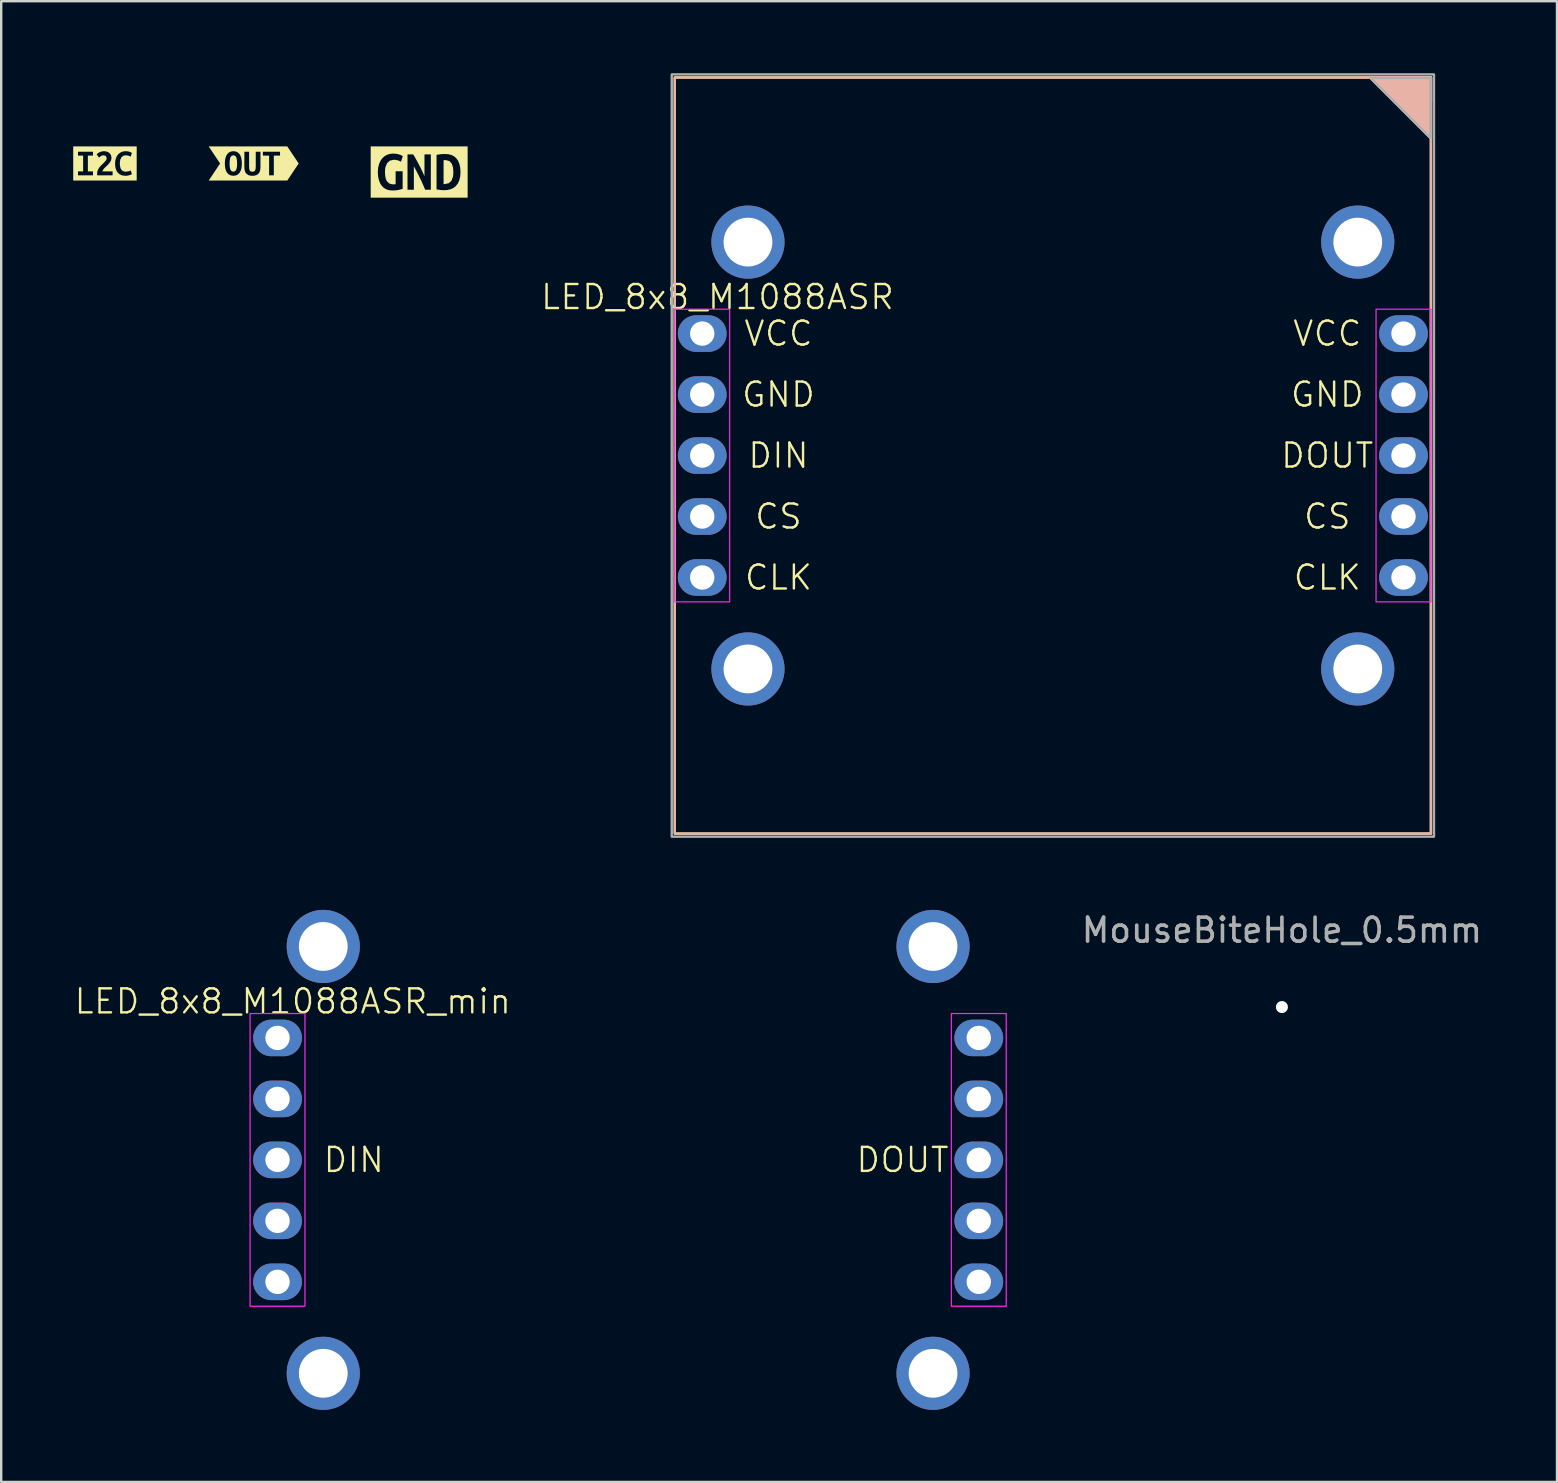
<source format=kicad_pcb>
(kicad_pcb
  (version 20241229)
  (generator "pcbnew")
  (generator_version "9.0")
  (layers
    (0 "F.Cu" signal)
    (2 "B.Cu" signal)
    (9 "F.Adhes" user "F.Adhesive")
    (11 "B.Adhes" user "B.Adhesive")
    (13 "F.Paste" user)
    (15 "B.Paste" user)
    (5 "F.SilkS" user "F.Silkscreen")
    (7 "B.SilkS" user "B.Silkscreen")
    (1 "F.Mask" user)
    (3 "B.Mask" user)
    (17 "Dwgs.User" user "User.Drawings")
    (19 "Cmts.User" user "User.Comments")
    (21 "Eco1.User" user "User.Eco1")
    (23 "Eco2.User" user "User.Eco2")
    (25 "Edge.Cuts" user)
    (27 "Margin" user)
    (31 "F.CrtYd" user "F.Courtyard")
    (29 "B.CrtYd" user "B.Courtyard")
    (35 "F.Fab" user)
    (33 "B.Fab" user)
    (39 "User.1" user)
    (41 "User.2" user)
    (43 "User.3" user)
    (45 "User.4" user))
  (footprint "LED_8x8_M1088ASR"
    (layer "F.Cu")
    (at 40.806 15.925)
    (property "Reference" "LED_8x8_M1088ASR" (at -13.97 -6.604 0) (unlocked yes) (layer "F.SilkS") (effects (font (size 1 1) (thickness 0.1))))
    (attr through_hole)
    (fp_rect (start 15.748 15.748) (end -15.748 -15.748) (stroke (width 0.1) (type default)) (fill no) (layer "F.SilkS"))
    (fp_poly (pts (xy 15.748 -15.748) (xy 15.748 -14.732) (xy 14.732 -15.748)) (stroke (width 0.1) (type solid)) (fill yes) (layer "F.SilkS"))
    (fp_rect (start 15.748 15.748) (end -15.748 -15.748) (stroke (width 0.1) (type default)) (fill no) (layer "B.SilkS"))
    (fp_poly (pts (xy 15.748 -13.208) (xy 15.748 -15.748) (xy 13.208 -15.748)) (stroke (width 0.1) (type solid)) (fill yes) (layer "B.SilkS"))
    (fp_rect (start -15.748 -6.096) (end -13.462 6.096) (stroke (width 0.05) (type default)) (fill no) (layer "F.CrtYd"))
    (fp_rect (start 13.462 -6.096) (end 15.748 6.096) (stroke (width 0.05) (type default)) (fill no) (layer "F.CrtYd"))
    (fp_rect (start 15.875 15.875) (end -15.875 -15.875) (stroke (width 0.1) (type default)) (fill no) (layer "F.Fab"))
    (fp_poly (pts (xy 15.728 -15.728) (xy 15.728 -13.228) (xy 13.228 -15.728)) (stroke (width 0.1) (type solid)) (fill no) (layer "F.Fab"))
    (fp_text user "CS" (at -11.43 2.54 0) (unlocked yes) (layer "F.SilkS") (effects (font (size 1 1) (thickness 0.1))))
    (fp_text user "GND" (at 11.43 -2.54 0) (unlocked yes) (layer "F.SilkS") (effects (font (size 1 1) (thickness 0.1))))
    (fp_text user "DOUT" (at 11.43 0 0) (unlocked yes) (layer "F.SilkS") (effects (font (size 1 1) (thickness 0.1))))
    (fp_text user "CS" (at 11.43 2.54 0) (unlocked yes) (layer "F.SilkS") (effects (font (size 1 1) (thickness 0.1))))
    (fp_text user "CLK" (at 11.43 5.08 0) (unlocked yes) (layer "F.SilkS") (effects (font (size 1 1) (thickness 0.1))))
    (fp_text user "VCC" (at 11.43 -5.08 0) (unlocked yes) (layer "F.SilkS") (effects (font (size 1 1) (thickness 0.1))))
    (fp_text user "GND" (at -11.43 -2.54 0) (unlocked yes) (layer "F.SilkS") (effects (font (size 1 1) (thickness 0.1))))
    (fp_text user "DIN" (at -11.43 0 0) (unlocked yes) (layer "F.SilkS") (effects (font (size 1 1) (thickness 0.1))))
    (fp_text user "CLK" (at -11.43 5.08 0) (unlocked yes) (layer "F.SilkS") (effects (font (size 1 1) (thickness 0.1))))
    (fp_text user "VCC" (at -11.43 -5.08 0) (unlocked yes) (layer "F.SilkS") (effects (font (size 1 1) (thickness 0.1))))
    (pad "" np_thru_hole circle (at -12.7 -8.89) (size 3.048 3.048) (drill 2.032) (layers "*.Cu" "*.Mask"))
    (pad "" np_thru_hole circle (at -12.7 8.89) (size 3.048 3.048) (drill 2.032) (layers "*.Cu" "*.Mask"))
    (pad "" np_thru_hole circle (at 12.7 -8.89) (size 3.048 3.048) (drill 2.032) (layers "*.Cu" "*.Mask"))
    (pad "" np_thru_hole circle (at 12.7 8.89) (size 3.048 3.048) (drill 2.032) (layers "*.Cu" "*.Mask"))
    (pad "CLK" thru_hole oval (at -14.605 5.08 180) (size 2.032 1.524) (drill 1.016) (layers "*.Cu" "*.Mask"))
    (pad "CLK" thru_hole oval (at 14.605 5.08 180) (size 2.032 1.524) (drill 1.016) (layers "*.Cu" "*.Mask"))
    (pad "CS" thru_hole oval (at -14.605 2.54 180) (size 2.032 1.524) (drill 1.016) (layers "*.Cu" "*.Mask"))
    (pad "CS" thru_hole oval (at 14.605 2.54 180) (size 2.032 1.524) (drill 1.016) (layers "*.Cu" "*.Mask"))
    (pad "DIN" thru_hole oval (at -14.605 0 180) (size 2.032 1.524) (drill 1.016) (layers "*.Cu" "*.Mask"))
    (pad "DOUT" thru_hole oval (at 14.605 0 180) (size 2.032 1.524) (drill 1.016) (layers "*.Cu" "*.Mask"))
    (pad "GND" thru_hole oval (at -14.605 -2.54 180) (size 2.032 1.524) (drill 1.016) (layers "*.Cu" "*.Mask"))
    (pad "GND" thru_hole oval (at 14.605 -2.54 180) (size 2.032 1.524) (drill 1.016) (layers "*.Cu" "*.Mask"))
    (pad "VCC" thru_hole oval (at -14.605 -5.08 180) (size 2.032 1.524) (drill 1.016) (layers "*.Cu" "*.Mask"))
    (pad "VCC" thru_hole oval (at 14.605 -5.08 180) (size 2.032 1.524) (drill 1.016) (layers "*.Cu" "*.Mask")))
  (footprint "kibuzzard-646131D2"
    (layer "F.Cu")
    (at 1.322 3.76)
    (property "Reference" "kibuzzard-646131D2" (at 0 -3.759 0) (layer "F.SilkS") (effects (font (size 0.001 0.001) (thickness 0.15))))
    (attr board_only exclude_from_pos_files exclude_from_bom)
    (fp_poly (pts (xy -1.123 -0.711) (xy -1.322 -0.711) (xy -1.322 0.711) (xy -1.123 0.711) (xy -1.123 0.492) (xy -1.123 0.33) (xy -0.909 0.33) (xy -0.909 -0.329) (xy -1.123 -0.329) (xy -1.123 -0.491) (xy -0.499 -0.491) (xy -0.499 -0.329) (xy -0.712 -0.329) (xy -0.712 0.33) (xy -0.499 0.33) (xy -0.499 0.492) (xy -1.123 0.492) (xy -1.123 0.711) (xy 0.318 0.711) (xy 0.318 0.492) (xy -0.323 0.492) (xy -0.327 0.452) (xy -0.326 0.419) (xy -0.319 0.343) (xy -0.297 0.273) (xy -0.264 0.209) (xy -0.222 0.15) (xy -0.175 0.096) (xy -0.125 0.045) (xy -0.075 -0.002) (xy -0.029 -0.048) (xy 0.046 -0.133) (xy 0.075 -0.217) (xy 0.039 -0.31) (xy -0.053 -0.343) (xy -0.15 -0.321) (xy -0.25 -0.246) (xy -0.347 -0.383) (xy -0.278 -0.441) (xy -0.2 -0.481) (xy -0.117 -0.505) (xy -0.034 -0.513) (xy 0.082 -0.495) (xy 0.18 -0.443) (xy 0.248 -0.355) (xy 0.274 -0.232) (xy 0.255 -0.134) (xy 0.204 -0.043) (xy 0.133 0.043) (xy 0.052 0.122) (xy 0.004 0.167) (xy -0.047 0.221) (xy -0.087 0.278) (xy -0.104 0.33) (xy 0.318 0.33) (xy 0.318 0.492) (xy 0.318 0.711) (xy 0.849 0.711) (xy 0.849 0.513) (xy 0.721 0.498) (xy 0.615 0.453) (xy 0.531 0.379) (xy 0.483 0.306) (xy 0.449 0.218) (xy 0.428 0.116) (xy 0.421 0) (xy 0.43 -0.115) (xy 0.455 -0.217) (xy 0.495 -0.305) (xy 0.548 -0.379) (xy 0.613 -0.437) (xy 0.689 -0.479) (xy 0.775 -0.504) (xy 0.868 -0.513) (xy 0.962 -0.504) (xy 1.036 -0.484) (xy 1.089 -0.46) (xy 1.122 -0.441) (xy 1.071 -0.286) (xy 0.983 -0.326) (xy 0.864 -0.343) (xy 0.775 -0.326) (xy 0.697 -0.271) (xy 0.641 -0.167) (xy 0.625 -0.094) (xy 0.62 -0.005) (xy 0.626 0.099) (xy 0.646 0.185) (xy 0.678 0.253) (xy 0.754 0.32) (xy 0.868 0.343) (xy 0.994 0.325) (xy 1.074 0.291) (xy 1.123 0.445) (xy 1.011 0.491) (xy 0.935 0.507) (xy 0.849 0.513) (xy 0.849 0.711) (xy 1.123 0.711) (xy 1.322 0.711) (xy 1.322 -0.711) (xy 1.123 -0.711) (xy -1.123 -0.711)) (stroke (width 0) (type solid)) (fill yes) (layer "F.SilkS")))
  (footprint "kibuzzard-646138E3"
    (layer "F.Cu")
    (at 7.517 3.76)
    (property "Reference" "kibuzzard-646138E3" (at 0 -3.759 0) (layer "F.SilkS") (effects (font (size 0.001 0.001) (thickness 0.15))))
    (attr board_only exclude_from_pos_files exclude_from_bom)
    (fp_poly (pts (xy -1.003 0) (xy -1.001 0.069) (xy -0.997 0.134) (xy -0.975 0.243) (xy -0.928 0.316) (xy -0.847 0.343) (xy -0.767 0.316) (xy -0.719 0.242) (xy -0.697 0.133) (xy -0.693 0.069) (xy -0.691 0) (xy -0.693 -0.069) (xy -0.697 -0.134) (xy -0.719 -0.243) (xy -0.766 -0.316) (xy -0.847 -0.343) (xy -0.928 -0.316) (xy -0.975 -0.242) (xy -0.997 -0.133) (xy -1.001 -0.069) (xy -1.003 0)) (stroke (width 0) (type solid)) (fill yes) (layer "F.SilkS"))
    (fp_poly (pts (xy -1.201 -0.711) (xy -1.399 -0.711) (xy -1.874 -0.711) (xy -1.399 0) (xy -1.874 0.711) (xy -1.399 0.711) (xy -1.201 0.711) (xy -0.845 0.711) (xy -0.845 0.513) (xy -0.952 0.498) (xy -1.04 0.455) (xy -1.11 0.383) (xy -1.15 0.311) (xy -1.178 0.223) (xy -1.195 0.119) (xy -1.201 0) (xy -1.195 -0.119) (xy -1.178 -0.223) (xy -1.148 -0.311) (xy -1.107 -0.383) (xy -1.037 -0.455) (xy -0.95 -0.498) (xy -0.847 -0.513) (xy -0.741 -0.498) (xy -0.653 -0.455) (xy -0.584 -0.383) (xy -0.544 -0.311) (xy -0.516 -0.223) (xy -0.499 -0.119) (xy -0.493 0) (xy -0.499 0.119) (xy -0.516 0.223) (xy -0.545 0.311) (xy -0.585 0.383) (xy -0.655 0.455) (xy -0.742 0.498) (xy -0.845 0.513) (xy -0.845 0.711) (xy -0.056 0.711) (xy -0.056 0.513) (xy -0.144 0.506) (xy -0.216 0.487) (xy -0.318 0.411) (xy -0.351 0.357) (xy -0.372 0.292) (xy -0.384 0.218) (xy -0.388 0.137) (xy -0.388 -0.491) (xy -0.191 -0.491) (xy -0.191 0.124) (xy -0.185 0.228) (xy -0.164 0.295) (xy -0.122 0.332) (xy -0.053 0.343) (xy 0.015 0.332) (xy 0.058 0.294) (xy 0.08 0.226) (xy 0.086 0.122) (xy 0.086 -0.491) (xy 0.282 -0.491) (xy 0.282 0.137) (xy 0.278 0.218) (xy 0.266 0.292) (xy 0.244 0.357) (xy 0.21 0.411) (xy 0.164 0.455) (xy 0.105 0.487) (xy 0.032 0.506) (xy -0.056 0.513) (xy -0.056 0.711) (xy 0.839 0.711) (xy 0.839 0.492) (xy 0.642 0.492) (xy 0.642 -0.329) (xy 0.383 -0.329) (xy 0.383 -0.491) (xy 1.098 -0.491) (xy 1.098 -0.329) (xy 0.839 -0.329) (xy 0.839 0.492) (xy 0.839 0.711) (xy 1.201 0.711) (xy 1.399 0.711) (xy 1.874 0) (xy 1.399 -0.711) (xy 1.201 -0.711) (xy -1.201 -0.711)) (stroke (width 0) (type solid)) (fill yes) (layer "F.SilkS")))
  (footprint "MouseBiteHole_0.5mm"
    (layer "F.Cu")
    (at 50.347 38.898)
    (property "Reference" "MouseBiteHole_0.5mm" (at 0 -3.2 0) (layer "F.Fab") (effects (font (size 1 1) (thickness 0.15))))
    (attr board_only exclude_from_pos_files exclude_from_bom allow_missing_courtyard)
    (pad "" np_thru_hole circle (at 0 0) (size 0.5 0.5) (drill 0.5) (layers "*.Cu" "*.Mask")))
  (footprint "kibuzzard-64613126"
    (layer "F.Cu")
    (at 14.41 4.116)
    (property "Reference" "kibuzzard-64613126" (at 0 -4.115 0) (layer "F.SilkS") (effects (font (size 0.001 0.001) (thickness 0.15))))
    (attr board_only exclude_from_pos_files exclude_from_bom)
    (fp_poly (pts (xy 1.017 0.5) (xy 1.043 0.502) (xy 1.069 0.502) (xy 1.237 0.464) (xy 1.347 0.36) (xy 1.406 0.201) (xy 1.42 0.105) (xy 1.424 0) (xy 1.41 -0.186) (xy 1.36 -0.345) (xy 1.262 -0.456) (xy 1.103 -0.498) (xy 1.06 -0.496) (xy 1.017 -0.491) (xy 1.017 0.5)) (stroke (width 0) (type solid)) (fill yes) (layer "F.SilkS"))
    (fp_poly (pts (xy -1.722 -1.067) (xy -2.019 -1.067) (xy -2.019 1.067) (xy -1.722 1.067) (xy -1.119 1.067) (xy -1.119 0.769) (xy -1.25 0.757) (xy -1.368 0.72) (xy -1.471 0.66) (xy -1.557 0.575) (xy -1.627 0.467) (xy -1.679 0.335) (xy -1.711 0.179) (xy -1.722 0) (xy -1.709 -0.177) (xy -1.672 -0.332) (xy -1.613 -0.465) (xy -1.536 -0.574) (xy -1.442 -0.659) (xy -1.333 -0.72) (xy -1.213 -0.757) (xy -1.083 -0.769) (xy -0.93 -0.756) (xy -0.812 -0.726) (xy -0.73 -0.691) (xy -0.681 -0.662) (xy -0.757 -0.429) (xy -0.886 -0.488) (xy -1.043 -0.514) (xy -1.219 -0.476) (xy -1.337 -0.37) (xy -1.404 -0.208) (xy -1.419 -0.109) (xy -1.424 0) (xy -1.415 0.161) (xy -1.387 0.291) (xy -1.341 0.389) (xy -1.238 0.483) (xy -1.095 0.514) (xy -1.038 0.512) (xy -0.981 0.505) (xy -0.981 -0.033) (xy -0.688 -0.033) (xy -0.688 0.702) (xy -0.851 0.745) (xy -0.974 0.763) (xy -1.119 0.769) (xy -1.119 1.067) (xy 0.25 1.067) (xy 0.25 0.738) (xy 0.181 0.575) (xy 0.109 0.412) (xy 0.032 0.249) (xy -0.048 0.086) (xy -0.133 -0.077) (xy -0.221 -0.241) (xy -0.221 0.738) (xy -0.486 0.738) (xy -0.486 -0.736) (xy -0.25 -0.736) (xy -0.183 -0.627) (xy -0.117 -0.508) (xy -0.051 -0.386) (xy 0.013 -0.264) (xy 0.074 -0.145) (xy 0.13 -0.029) (xy 0.179 0.079) (xy 0.221 0.171) (xy 0.221 -0.736) (xy 0.486 -0.736) (xy 0.486 0.738) (xy 0.25 0.738) (xy 0.25 1.067) (xy 1.038 1.067) (xy 1.038 0.757) (xy 0.885 0.749) (xy 0.724 0.722) (xy 0.724 -0.717) (xy 0.912 -0.745) (xy 1.076 -0.752) (xy 1.215 -0.742) (xy 1.342 -0.71) (xy 1.453 -0.655) (xy 1.545 -0.575) (xy 1.62 -0.471) (xy 1.675 -0.342) (xy 1.71 -0.185) (xy 1.722 0) (xy 1.709 0.19) (xy 1.67 0.349) (xy 1.609 0.48) (xy 1.529 0.583) (xy 1.43 0.662) (xy 1.313 0.716) (xy 1.182 0.747) (xy 1.038 0.757) (xy 1.038 1.067) (xy 1.722 1.067) (xy 2.019 1.067) (xy 2.019 -1.067) (xy 1.722 -1.067) (xy -1.722 -1.067)) (stroke (width 0) (type solid)) (fill yes) (layer "F.SilkS")))
  (footprint "LED_8x8_M1088ASR_min"
    (layer "F.Cu")
    (at 23.115 45.264)
    (property "Reference" "LED_8x8_M1088ASR_min" (at -13.97 -6.604 0) (unlocked yes) (layer "F.SilkS") (effects (font (size 1 1) (thickness 0.1))))
    (attr through_hole)
    (fp_rect (start -15.748 -6.096) (end -13.462 6.096) (stroke (width 0.05) (type default)) (fill no) (layer "F.CrtYd"))
    (fp_rect (start 13.462 -6.096) (end 15.748 6.096) (stroke (width 0.05) (type default)) (fill no) (layer "F.CrtYd"))
    (fp_text user "DIN" (at -11.43 0 0) (unlocked yes) (layer "F.SilkS") (effects (font (size 1 1) (thickness 0.1))))
    (fp_text user "DOUT" (at 11.43 0 0) (unlocked yes) (layer "F.SilkS") (effects (font (size 1 1) (thickness 0.1))))
    (pad "" np_thru_hole circle (at -12.7 -8.89) (size 3.048 3.048) (drill 2.032) (layers "*.Cu" "*.Mask"))
    (pad "" np_thru_hole circle (at -12.7 8.89) (size 3.048 3.048) (drill 2.032) (layers "*.Cu" "*.Mask"))
    (pad "" np_thru_hole circle (at 12.7 -8.89) (size 3.048 3.048) (drill 2.032) (layers "*.Cu" "*.Mask"))
    (pad "" np_thru_hole circle (at 12.7 8.89) (size 3.048 3.048) (drill 2.032) (layers "*.Cu" "*.Mask"))
    (pad "CLK" thru_hole oval (at -14.605 5.08 180) (size 2.032 1.524) (drill 1.016) (layers "*.Cu" "*.Mask"))
    (pad "CLK" thru_hole oval (at 14.605 5.08 180) (size 2.032 1.524) (drill 1.016) (layers "*.Cu" "*.Mask"))
    (pad "CS" thru_hole oval (at -14.605 2.54 180) (size 2.032 1.524) (drill 1.016) (layers "*.Cu" "*.Mask"))
    (pad "CS" thru_hole oval (at 14.605 2.54 180) (size 2.032 1.524) (drill 1.016) (layers "*.Cu" "*.Mask"))
    (pad "DIN" thru_hole oval (at -14.605 0 180) (size 2.032 1.524) (drill 1.016) (layers "*.Cu" "*.Mask"))
    (pad "DOUT" thru_hole oval (at 14.605 0 180) (size 2.032 1.524) (drill 1.016) (layers "*.Cu" "*.Mask"))
    (pad "GND" thru_hole oval (at -14.605 -2.54 180) (size 2.032 1.524) (drill 1.016) (layers "*.Cu" "*.Mask"))
    (pad "GND" thru_hole oval (at 14.605 -2.54 180) (size 2.032 1.524) (drill 1.016) (layers "*.Cu" "*.Mask"))
    (pad "VCC" thru_hole oval (at -14.605 -5.08 180) (size 2.032 1.524) (drill 1.016) (layers "*.Cu" "*.Mask"))
    (pad "VCC" thru_hole oval (at 14.605 -5.08 180) (size 2.032 1.524) (drill 1.016) (layers "*.Cu" "*.Mask")))
  (gr_rect
    (start -3 -3)
    (end 61.805 58.678)
    (stroke (width 0.1) (type default))
    (fill no)
    (layer "Edge.Cuts")))
</source>
